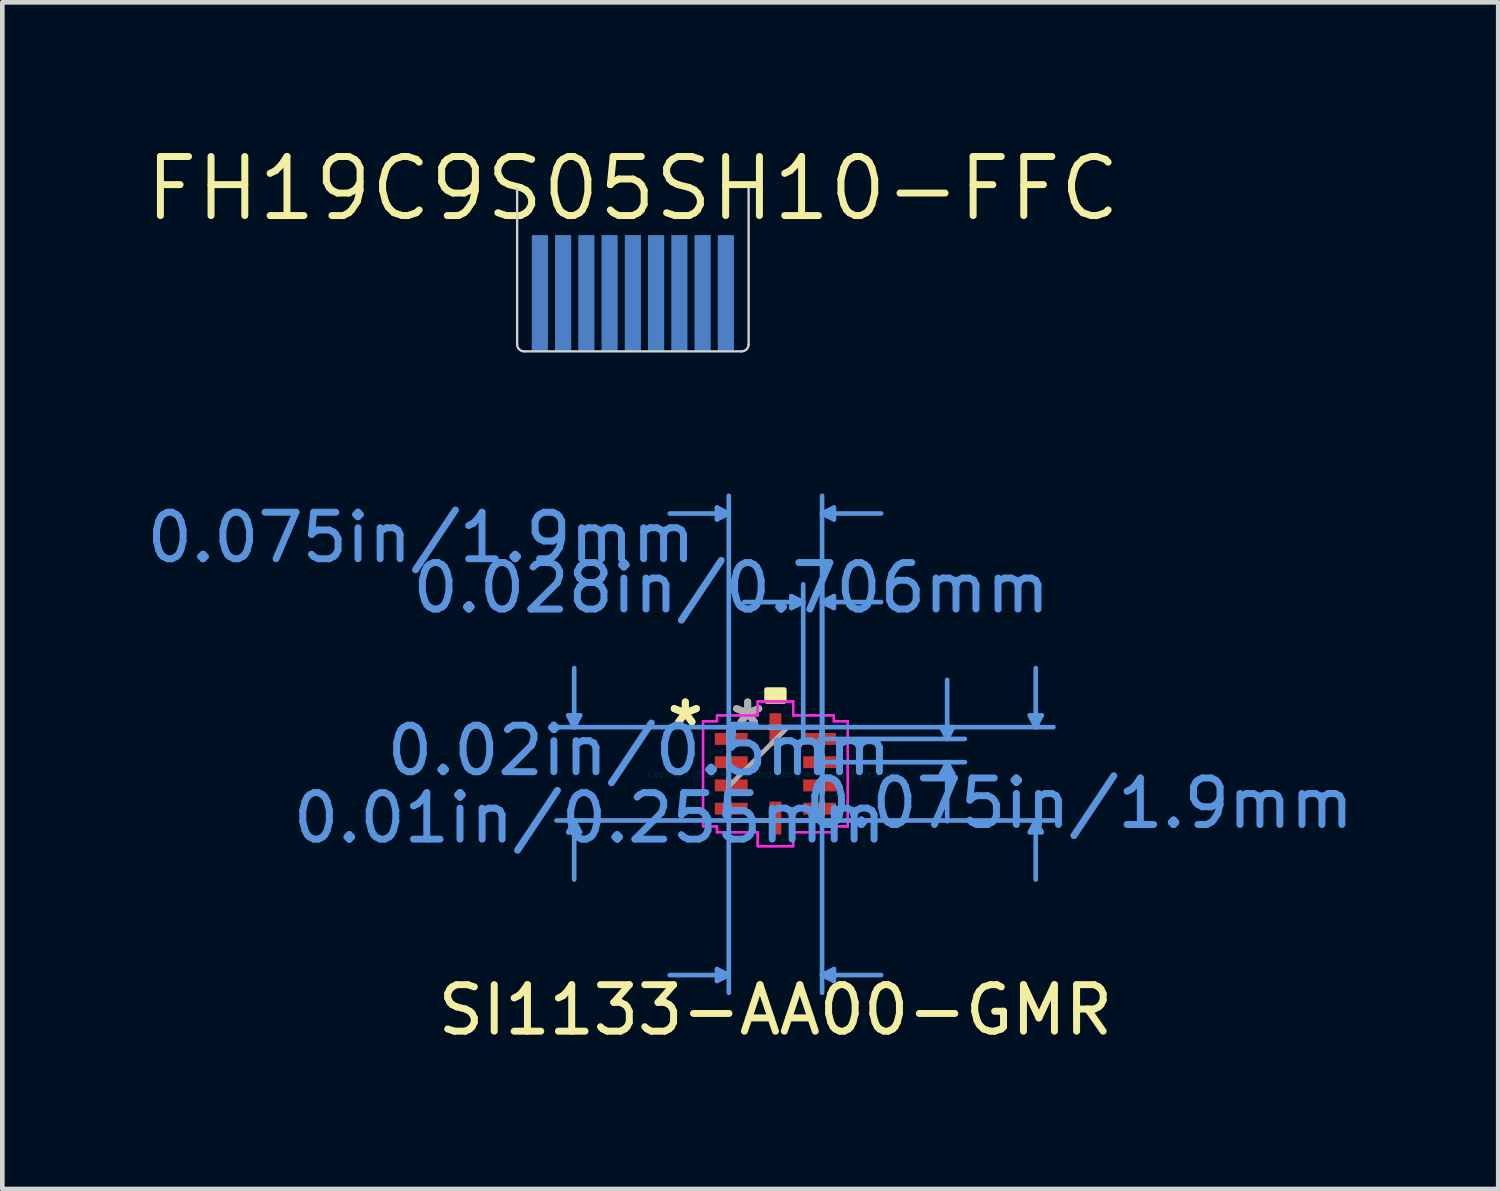
<source format=kicad_pcb>
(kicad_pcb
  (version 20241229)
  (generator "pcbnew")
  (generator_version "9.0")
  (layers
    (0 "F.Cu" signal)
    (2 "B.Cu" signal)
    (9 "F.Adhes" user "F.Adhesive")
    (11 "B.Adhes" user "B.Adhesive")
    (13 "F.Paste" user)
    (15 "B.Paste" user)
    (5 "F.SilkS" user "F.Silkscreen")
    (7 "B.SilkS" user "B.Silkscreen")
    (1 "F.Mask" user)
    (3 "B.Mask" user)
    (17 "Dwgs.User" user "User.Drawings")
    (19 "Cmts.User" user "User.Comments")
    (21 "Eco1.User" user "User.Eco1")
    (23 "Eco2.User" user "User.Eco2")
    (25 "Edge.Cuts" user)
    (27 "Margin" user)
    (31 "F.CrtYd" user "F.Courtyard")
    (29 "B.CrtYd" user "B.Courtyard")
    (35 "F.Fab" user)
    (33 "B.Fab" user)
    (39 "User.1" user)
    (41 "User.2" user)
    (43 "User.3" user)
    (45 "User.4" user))
  (footprint "SI1133-AA00-GMR"
    (layer "F.Cu")
    (at 13.626 13.591)
    (property "Reference" "SI1133-AA00-GMR" (at 0 5.08 0) (layer "F.SilkS") (effects (font (size 1 1) (thickness 0.15))))
    (attr through_hole)
    (fp_poly (pts (xy -0.191 -1.557) (xy -0.191 -1.811) (xy 0.191 -1.811) (xy 0.191 -1.557)) (stroke (width 0.1) (type solid)) (fill yes) (layer "F.SilkS"))
    (fp_line (start -4.455 -1.257) (end -4.201 -1.257) (stroke (width 0.1) (type solid)) (layer "Cmts.User"))
    (fp_line (start -4.455 1.257) (end -4.201 1.257) (stroke (width 0.1) (type solid)) (layer "Cmts.User"))
    (fp_line (start -4.328 -1.003) (end -4.455 -1.257) (stroke (width 0.1) (type solid)) (layer "Cmts.User"))
    (fp_line (start -4.328 -1.003) (end -4.328 -2.273) (stroke (width 0.1) (type solid)) (layer "Cmts.User"))
    (fp_line (start -4.328 -1.003) (end -4.201 -1.257) (stroke (width 0.1) (type solid)) (layer "Cmts.User"))
    (fp_line (start -4.328 1.003) (end -4.455 1.257) (stroke (width 0.1) (type solid)) (layer "Cmts.User"))
    (fp_line (start -4.328 1.003) (end -4.328 2.273) (stroke (width 0.1) (type solid)) (layer "Cmts.User"))
    (fp_line (start -4.328 1.003) (end -4.201 1.257) (stroke (width 0.1) (type solid)) (layer "Cmts.User"))
    (fp_line (start -1.257 -5.725) (end -1.257 -5.471) (stroke (width 0.1) (type solid)) (layer "Cmts.User"))
    (fp_line (start -1.257 4.201) (end -1.257 4.455) (stroke (width 0.1) (type solid)) (layer "Cmts.User"))
    (fp_line (start -1.003 -5.598) (end -2.273 -5.598) (stroke (width 0.1) (type solid)) (layer "Cmts.User"))
    (fp_line (start -1.003 -5.598) (end -1.257 -5.725) (stroke (width 0.1) (type solid)) (layer "Cmts.User"))
    (fp_line (start -1.003 -5.598) (end -1.257 -5.471) (stroke (width 0.1) (type solid)) (layer "Cmts.User"))
    (fp_line (start -1.003 -1.003) (end -1.003 4.709) (stroke (width 0.1) (type solid)) (layer "Cmts.User"))
    (fp_line (start -1.003 -0.75) (end -1.003 -5.979) (stroke (width 0.1) (type solid)) (layer "Cmts.User"))
    (fp_line (start -1.003 4.328) (end -2.273 4.328) (stroke (width 0.1) (type solid)) (layer "Cmts.User"))
    (fp_line (start -1.003 4.328) (end -1.257 4.201) (stroke (width 0.1) (type solid)) (layer "Cmts.User"))
    (fp_line (start -1.003 4.328) (end -1.257 4.455) (stroke (width 0.1) (type solid)) (layer "Cmts.User"))
    (fp_line (start 0 -1.003) (end 5.979 -1.003) (stroke (width 0.1) (type solid)) (layer "Cmts.User"))
    (fp_line (start 0 1.003) (end 5.979 1.003) (stroke (width 0.1) (type solid)) (layer "Cmts.User"))
    (fp_line (start 0.343 -3.82) (end 0.343 -3.566) (stroke (width 0.1) (type solid)) (layer "Cmts.User"))
    (fp_line (start 0.597 -3.693) (end -0.673 -3.693) (stroke (width 0.1) (type solid)) (layer "Cmts.User"))
    (fp_line (start 0.597 -3.693) (end 0.343 -3.82) (stroke (width 0.1) (type solid)) (layer "Cmts.User"))
    (fp_line (start 0.597 -3.693) (end 0.343 -3.566) (stroke (width 0.1) (type solid)) (layer "Cmts.User"))
    (fp_line (start 0.597 -0.75) (end 0.597 -4.074) (stroke (width 0.1) (type solid)) (layer "Cmts.User"))
    (fp_line (start 0.95 -0.75) (end 4.074 -0.75) (stroke (width 0.1) (type solid)) (layer "Cmts.User"))
    (fp_line (start 0.95 -0.25) (end 4.074 -0.25) (stroke (width 0.1) (type solid)) (layer "Cmts.User"))
    (fp_line (start 1.003 -5.598) (end 1.257 -5.725) (stroke (width 0.1) (type solid)) (layer "Cmts.User"))
    (fp_line (start 1.003 -5.598) (end 1.257 -5.471) (stroke (width 0.1) (type solid)) (layer "Cmts.User"))
    (fp_line (start 1.003 -5.598) (end 2.273 -5.598) (stroke (width 0.1) (type solid)) (layer "Cmts.User"))
    (fp_line (start 1.003 -3.693) (end 1.257 -3.82) (stroke (width 0.1) (type solid)) (layer "Cmts.User"))
    (fp_line (start 1.003 -3.693) (end 1.257 -3.566) (stroke (width 0.1) (type solid)) (layer "Cmts.User"))
    (fp_line (start 1.003 -3.693) (end 2.273 -3.693) (stroke (width 0.1) (type solid)) (layer "Cmts.User"))
    (fp_line (start 1.003 -1.003) (end -4.709 -1.003) (stroke (width 0.1) (type solid)) (layer "Cmts.User"))
    (fp_line (start 1.003 -1.003) (end 1.003 4.709) (stroke (width 0.1) (type solid)) (layer "Cmts.User"))
    (fp_line (start 1.003 -0.75) (end 1.003 -5.979) (stroke (width 0.1) (type solid)) (layer "Cmts.User"))
    (fp_line (start 1.003 -0.75) (end 1.003 -4.074) (stroke (width 0.1) (type solid)) (layer "Cmts.User"))
    (fp_line (start 1.003 1.003) (end -4.709 1.003) (stroke (width 0.1) (type solid)) (layer "Cmts.User"))
    (fp_line (start 1.003 4.328) (end 1.257 4.201) (stroke (width 0.1) (type solid)) (layer "Cmts.User"))
    (fp_line (start 1.003 4.328) (end 1.257 4.455) (stroke (width 0.1) (type solid)) (layer "Cmts.User"))
    (fp_line (start 1.003 4.328) (end 2.273 4.328) (stroke (width 0.1) (type solid)) (layer "Cmts.User"))
    (fp_line (start 1.257 -5.725) (end 1.257 -5.471) (stroke (width 0.1) (type solid)) (layer "Cmts.User"))
    (fp_line (start 1.257 -3.82) (end 1.257 -3.566) (stroke (width 0.1) (type solid)) (layer "Cmts.User"))
    (fp_line (start 1.257 4.201) (end 1.257 4.455) (stroke (width 0.1) (type solid)) (layer "Cmts.User"))
    (fp_line (start 3.566 -1.004) (end 3.82 -1.004) (stroke (width 0.1) (type solid)) (layer "Cmts.User"))
    (fp_line (start 3.566 0.004) (end 3.82 0.004) (stroke (width 0.1) (type solid)) (layer "Cmts.User"))
    (fp_line (start 3.693 -0.75) (end 3.566 -1.004) (stroke (width 0.1) (type solid)) (layer "Cmts.User"))
    (fp_line (start 3.693 -0.75) (end 3.693 -2.02) (stroke (width 0.1) (type solid)) (layer "Cmts.User"))
    (fp_line (start 3.693 -0.75) (end 3.82 -1.004) (stroke (width 0.1) (type solid)) (layer "Cmts.User"))
    (fp_line (start 3.693 -0.25) (end 3.566 0.004) (stroke (width 0.1) (type solid)) (layer "Cmts.User"))
    (fp_line (start 3.693 -0.25) (end 3.693 1.02) (stroke (width 0.1) (type solid)) (layer "Cmts.User"))
    (fp_line (start 3.693 -0.25) (end 3.82 0.004) (stroke (width 0.1) (type solid)) (layer "Cmts.User"))
    (fp_line (start 5.471 -1.257) (end 5.725 -1.257) (stroke (width 0.1) (type solid)) (layer "Cmts.User"))
    (fp_line (start 5.471 1.257) (end 5.725 1.257) (stroke (width 0.1) (type solid)) (layer "Cmts.User"))
    (fp_line (start 5.598 -1.003) (end 5.471 -1.257) (stroke (width 0.1) (type solid)) (layer "Cmts.User"))
    (fp_line (start 5.598 -1.003) (end 5.598 -2.273) (stroke (width 0.1) (type solid)) (layer "Cmts.User"))
    (fp_line (start 5.598 -1.003) (end 5.725 -1.257) (stroke (width 0.1) (type solid)) (layer "Cmts.User"))
    (fp_line (start 5.598 1.003) (end 5.471 1.257) (stroke (width 0.1) (type solid)) (layer "Cmts.User"))
    (fp_line (start 5.598 1.003) (end 5.598 2.273) (stroke (width 0.1) (type solid)) (layer "Cmts.User"))
    (fp_line (start 5.598 1.003) (end 5.725 1.257) (stroke (width 0.1) (type solid)) (layer "Cmts.User"))
    (fp_line (start -1.557 -1.131) (end -1.257 -1.131) (stroke (width 0.05) (type solid)) (layer "F.CrtYd"))
    (fp_line (start -1.557 -1.131) (end -1.257 -1.131) (stroke (width 0.05) (type solid)) (layer "F.CrtYd"))
    (fp_line (start -1.557 1.131) (end -1.557 -1.131) (stroke (width 0.05) (type solid)) (layer "F.CrtYd"))
    (fp_line (start -1.557 1.131) (end -1.557 -1.131) (stroke (width 0.05) (type solid)) (layer "F.CrtYd"))
    (fp_line (start -1.257 -1.257) (end -0.381 -1.257) (stroke (width 0.05) (type solid)) (layer "F.CrtYd"))
    (fp_line (start -1.257 -1.257) (end -0.381 -1.257) (stroke (width 0.05) (type solid)) (layer "F.CrtYd"))
    (fp_line (start -1.257 -1.131) (end -1.257 -1.257) (stroke (width 0.05) (type solid)) (layer "F.CrtYd"))
    (fp_line (start -1.257 -1.131) (end -1.257 -1.257) (stroke (width 0.05) (type solid)) (layer "F.CrtYd"))
    (fp_line (start -1.257 1.131) (end -1.557 1.131) (stroke (width 0.05) (type solid)) (layer "F.CrtYd"))
    (fp_line (start -1.257 1.131) (end -1.557 1.131) (stroke (width 0.05) (type solid)) (layer "F.CrtYd"))
    (fp_line (start -1.257 1.257) (end -1.257 1.131) (stroke (width 0.05) (type solid)) (layer "F.CrtYd"))
    (fp_line (start -1.257 1.257) (end -1.257 1.131) (stroke (width 0.05) (type solid)) (layer "F.CrtYd"))
    (fp_line (start -0.381 -1.557) (end 0.381 -1.557) (stroke (width 0.05) (type solid)) (layer "F.CrtYd"))
    (fp_line (start -0.381 -1.557) (end 0.381 -1.557) (stroke (width 0.05) (type solid)) (layer "F.CrtYd"))
    (fp_line (start -0.381 -1.257) (end -0.381 -1.557) (stroke (width 0.05) (type solid)) (layer "F.CrtYd"))
    (fp_line (start -0.381 -1.257) (end -0.381 -1.557) (stroke (width 0.05) (type solid)) (layer "F.CrtYd"))
    (fp_line (start -0.381 1.257) (end -1.257 1.257) (stroke (width 0.05) (type solid)) (layer "F.CrtYd"))
    (fp_line (start -0.381 1.257) (end -1.257 1.257) (stroke (width 0.05) (type solid)) (layer "F.CrtYd"))
    (fp_line (start -0.381 1.557) (end -0.381 1.257) (stroke (width 0.05) (type solid)) (layer "F.CrtYd"))
    (fp_line (start -0.381 1.557) (end -0.381 1.257) (stroke (width 0.05) (type solid)) (layer "F.CrtYd"))
    (fp_line (start 0.381 -1.557) (end 0.381 -1.257) (stroke (width 0.05) (type solid)) (layer "F.CrtYd"))
    (fp_line (start 0.381 -1.557) (end 0.381 -1.257) (stroke (width 0.05) (type solid)) (layer "F.CrtYd"))
    (fp_line (start 0.381 -1.257) (end 1.257 -1.257) (stroke (width 0.05) (type solid)) (layer "F.CrtYd"))
    (fp_line (start 0.381 -1.257) (end 1.257 -1.257) (stroke (width 0.05) (type solid)) (layer "F.CrtYd"))
    (fp_line (start 0.381 1.257) (end 0.381 1.557) (stroke (width 0.05) (type solid)) (layer "F.CrtYd"))
    (fp_line (start 0.381 1.257) (end 0.381 1.557) (stroke (width 0.05) (type solid)) (layer "F.CrtYd"))
    (fp_line (start 0.381 1.557) (end -0.381 1.557) (stroke (width 0.05) (type solid)) (layer "F.CrtYd"))
    (fp_line (start 0.381 1.557) (end -0.381 1.557) (stroke (width 0.05) (type solid)) (layer "F.CrtYd"))
    (fp_line (start 1.257 -1.257) (end 1.257 -1.131) (stroke (width 0.05) (type solid)) (layer "F.CrtYd"))
    (fp_line (start 1.257 -1.257) (end 1.257 -1.131) (stroke (width 0.05) (type solid)) (layer "F.CrtYd"))
    (fp_line (start 1.257 -1.131) (end 1.557 -1.131) (stroke (width 0.05) (type solid)) (layer "F.CrtYd"))
    (fp_line (start 1.257 -1.131) (end 1.557 -1.131) (stroke (width 0.05) (type solid)) (layer "F.CrtYd"))
    (fp_line (start 1.257 1.131) (end 1.257 1.257) (stroke (width 0.05) (type solid)) (layer "F.CrtYd"))
    (fp_line (start 1.257 1.131) (end 1.257 1.257) (stroke (width 0.05) (type solid)) (layer "F.CrtYd"))
    (fp_line (start 1.257 1.257) (end 0.381 1.257) (stroke (width 0.05) (type solid)) (layer "F.CrtYd"))
    (fp_line (start 1.257 1.257) (end 0.381 1.257) (stroke (width 0.05) (type solid)) (layer "F.CrtYd"))
    (fp_line (start 1.557 -1.131) (end 1.557 1.131) (stroke (width 0.05) (type solid)) (layer "F.CrtYd"))
    (fp_line (start 1.557 -1.131) (end 1.557 1.131) (stroke (width 0.05) (type solid)) (layer "F.CrtYd"))
    (fp_line (start 1.557 1.131) (end 1.257 1.131) (stroke (width 0.05) (type solid)) (layer "F.CrtYd"))
    (fp_line (start 1.557 1.131) (end 1.257 1.131) (stroke (width 0.05) (type solid)) (layer "F.CrtYd"))
    (fp_line (start -1.003 -1.003) (end -1.003 -1.003) (stroke (width 0.1) (type solid)) (layer "F.Fab"))
    (fp_line (start -1.003 -1.003) (end -1.003 1.003) (stroke (width 0.1) (type solid)) (layer "F.Fab"))
    (fp_line (start -1.003 -0.902) (end -1.003 -0.902) (stroke (width 0.1) (type solid)) (layer "F.Fab"))
    (fp_line (start -1.003 -0.902) (end -1.003 -0.598) (stroke (width 0.1) (type solid)) (layer "F.Fab"))
    (fp_line (start -1.003 -0.598) (end -1.003 -0.902) (stroke (width 0.1) (type solid)) (layer "F.Fab"))
    (fp_line (start -1.003 -0.598) (end -1.003 -0.598) (stroke (width 0.1) (type solid)) (layer "F.Fab"))
    (fp_line (start -1.003 -0.402) (end -1.003 -0.402) (stroke (width 0.1) (type solid)) (layer "F.Fab"))
    (fp_line (start -1.003 -0.402) (end -1.003 -0.098) (stroke (width 0.1) (type solid)) (layer "F.Fab"))
    (fp_line (start -1.003 -0.098) (end -1.003 -0.402) (stroke (width 0.1) (type solid)) (layer "F.Fab"))
    (fp_line (start -1.003 -0.098) (end -1.003 -0.098) (stroke (width 0.1) (type solid)) (layer "F.Fab"))
    (fp_line (start -1.003 0.098) (end -1.003 0.098) (stroke (width 0.1) (type solid)) (layer "F.Fab"))
    (fp_line (start -1.003 0.098) (end -1.003 0.402) (stroke (width 0.1) (type solid)) (layer "F.Fab"))
    (fp_line (start -1.003 0.267) (end 0.267 -1.003) (stroke (width 0.1) (type solid)) (layer "F.Fab"))
    (fp_line (start -1.003 0.402) (end -1.003 0.098) (stroke (width 0.1) (type solid)) (layer "F.Fab"))
    (fp_line (start -1.003 0.402) (end -1.003 0.402) (stroke (width 0.1) (type solid)) (layer "F.Fab"))
    (fp_line (start -1.003 0.598) (end -1.003 0.598) (stroke (width 0.1) (type solid)) (layer "F.Fab"))
    (fp_line (start -1.003 0.598) (end -1.003 0.902) (stroke (width 0.1) (type solid)) (layer "F.Fab"))
    (fp_line (start -1.003 0.902) (end -1.003 0.598) (stroke (width 0.1) (type solid)) (layer "F.Fab"))
    (fp_line (start -1.003 0.902) (end -1.003 0.902) (stroke (width 0.1) (type solid)) (layer "F.Fab"))
    (fp_line (start -1.003 1.003) (end -1.003 1.003) (stroke (width 0.1) (type solid)) (layer "F.Fab"))
    (fp_line (start -1.003 1.003) (end 1.003 1.003) (stroke (width 0.1) (type solid)) (layer "F.Fab"))
    (fp_line (start -0.152 -1.003) (end -0.152 -1.003) (stroke (width 0.1) (type solid)) (layer "F.Fab"))
    (fp_line (start -0.152 -1.003) (end 0.152 -1.003) (stroke (width 0.1) (type solid)) (layer "F.Fab"))
    (fp_line (start -0.152 1.003) (end -0.152 1.003) (stroke (width 0.1) (type solid)) (layer "F.Fab"))
    (fp_line (start -0.152 1.003) (end 0.152 1.003) (stroke (width 0.1) (type solid)) (layer "F.Fab"))
    (fp_line (start 0.152 -1.003) (end -0.152 -1.003) (stroke (width 0.1) (type solid)) (layer "F.Fab"))
    (fp_line (start 0.152 -1.003) (end 0.152 -1.003) (stroke (width 0.1) (type solid)) (layer "F.Fab"))
    (fp_line (start 0.152 1.003) (end -0.152 1.003) (stroke (width 0.1) (type solid)) (layer "F.Fab"))
    (fp_line (start 0.152 1.003) (end 0.152 1.003) (stroke (width 0.1) (type solid)) (layer "F.Fab"))
    (fp_line (start 1.003 -1.003) (end -1.003 -1.003) (stroke (width 0.1) (type solid)) (layer "F.Fab"))
    (fp_line (start 1.003 -1.003) (end 1.003 -1.003) (stroke (width 0.1) (type solid)) (layer "F.Fab"))
    (fp_line (start 1.003 -0.902) (end 1.003 -0.902) (stroke (width 0.1) (type solid)) (layer "F.Fab"))
    (fp_line (start 1.003 -0.902) (end 1.003 -0.598) (stroke (width 0.1) (type solid)) (layer "F.Fab"))
    (fp_line (start 1.003 -0.598) (end 1.003 -0.902) (stroke (width 0.1) (type solid)) (layer "F.Fab"))
    (fp_line (start 1.003 -0.598) (end 1.003 -0.598) (stroke (width 0.1) (type solid)) (layer "F.Fab"))
    (fp_line (start 1.003 -0.402) (end 1.003 -0.402) (stroke (width 0.1) (type solid)) (layer "F.Fab"))
    (fp_line (start 1.003 -0.402) (end 1.003 -0.098) (stroke (width 0.1) (type solid)) (layer "F.Fab"))
    (fp_line (start 1.003 -0.098) (end 1.003 -0.402) (stroke (width 0.1) (type solid)) (layer "F.Fab"))
    (fp_line (start 1.003 -0.098) (end 1.003 -0.098) (stroke (width 0.1) (type solid)) (layer "F.Fab"))
    (fp_line (start 1.003 0.098) (end 1.003 0.098) (stroke (width 0.1) (type solid)) (layer "F.Fab"))
    (fp_line (start 1.003 0.098) (end 1.003 0.402) (stroke (width 0.1) (type solid)) (layer "F.Fab"))
    (fp_line (start 1.003 0.402) (end 1.003 0.098) (stroke (width 0.1) (type solid)) (layer "F.Fab"))
    (fp_line (start 1.003 0.402) (end 1.003 0.402) (stroke (width 0.1) (type solid)) (layer "F.Fab"))
    (fp_line (start 1.003 0.598) (end 1.003 0.598) (stroke (width 0.1) (type solid)) (layer "F.Fab"))
    (fp_line (start 1.003 0.598) (end 1.003 0.902) (stroke (width 0.1) (type solid)) (layer "F.Fab"))
    (fp_line (start 1.003 0.902) (end 1.003 0.598) (stroke (width 0.1) (type solid)) (layer "F.Fab"))
    (fp_line (start 1.003 0.902) (end 1.003 0.902) (stroke (width 0.1) (type solid)) (layer "F.Fab"))
    (fp_line (start 1.003 1.003) (end 1.003 -1.003) (stroke (width 0.1) (type solid)) (layer "F.Fab"))
    (fp_line (start 1.003 1.003) (end 1.003 1.003) (stroke (width 0.1) (type solid)) (layer "F.Fab"))
    (fp_text user "*" (at -1.938 -1 0) (layer "F.SilkS") (effects (font (size 1 1) (thickness 0.15))))
    (fp_text user "*" (at -1.938 -1 0) (layer "F.SilkS") (effects (font (size 1 1) (thickness 0.15))))
    (fp_text user "0.028in/0.706mm" (at -0.95 -3.998 0) (layer "Cmts.User") (effects (font (size 1 1) (thickness 0.15))))
    (fp_text user "Copyright 2021 Accelerated Designs. All rights reserved." (at 0 0 0) (layer "Cmts.User") (effects (font (size 0.127 0.127) (thickness 0.002))))
    (fp_text user "0.075in/1.9mm" (at 6.538 0.635 0) (layer "Cmts.User") (effects (font (size 1 1) (thickness 0.15))))
    (fp_text user "0.02in/0.5mm" (at -2.931 -0.5 0) (layer "Cmts.User") (effects (font (size 1 1) (thickness 0.15))))
    (fp_text user "0.075in/1.9mm" (at -7.62 -5.08 0) (layer "Cmts.User") (effects (font (size 1 1) (thickness 0.15))))
    (fp_text user "0.01in/0.255mm" (at -3.998 0.95 0) (layer "Cmts.User") (effects (font (size 1 1) (thickness 0.15))))
    (fp_text user "*" (at -0.597 -1 0) (layer "F.Fab") (effects (font (size 1 1) (thickness 0.15))))
    (fp_text user "*" (at -0.597 -1 0) (layer "F.Fab") (effects (font (size 1 1) (thickness 0.15))))
    (pad "1" smd rect (at -0.95 -0.75 90) (size 0.255 0.706) (layers "F.Cu" "F.Mask" "F.Paste"))
    (pad "2" smd rect (at -0.95 -0.25 90) (size 0.255 0.706) (layers "F.Cu" "F.Mask" "F.Paste"))
    (pad "3" smd rect (at -0.95 0.25 90) (size 0.255 0.706) (layers "F.Cu" "F.Mask" "F.Paste"))
    (pad "4" smd rect (at -0.95 0.75 90) (size 0.255 0.706) (layers "F.Cu" "F.Mask" "F.Paste"))
    (pad "5" smd rect (at 0 0.95) (size 0.255 0.706) (layers "F.Cu" "F.Mask" "F.Paste"))
    (pad "6" smd rect (at 0.95 0.75 90) (size 0.255 0.706) (layers "F.Cu" "F.Mask" "F.Paste"))
    (pad "7" smd rect (at 0.95 0.25 90) (size 0.255 0.706) (layers "F.Cu" "F.Mask" "F.Paste"))
    (pad "8" smd rect (at 0.95 -0.25 90) (size 0.255 0.706) (layers "F.Cu" "F.Mask" "F.Paste"))
    (pad "9" smd rect (at 0.95 -0.75 90) (size 0.255 0.706) (layers "F.Cu" "F.Mask" "F.Paste"))
    (pad "10" smd rect (at 0 -0.95) (size 0.255 0.706) (layers "F.Cu" "F.Mask" "F.Paste")))
  (footprint "FH19C9S05SH10-FFC"
    (layer "F.Cu")
    (at 10.56 1.006)
    (property "Reference" "FH19C9S05SH10-FFC" (at 0 0 0) (layer "F.SilkS") (effects (font (size 1.27 1.27) (thickness 0.15))))
    (fp_poly (pts (xy 2.565 3.556) (xy -2.565 3.556) (xy -2.566 0.898) (xy 2.564 0.898)) (stroke (width 0) (type solid)) (fill yes) (layer "B.Mask"))
    (fp_line (start -2.489 0) (end -2.489 3.35) (stroke (width 0.05) (type solid)) (layer "Edge.Cuts"))
    (fp_line (start -2.339 3.5) (end 2.339 3.5) (stroke (width 0.05) (type solid)) (layer "Edge.Cuts"))
    (fp_line (start 2.489 0) (end 2.489 3.35) (stroke (width 0.05) (type solid)) (layer "Edge.Cuts"))
    (fp_arc (start -2.3392 3.5) (mid -2.445266 3.456066) (end -2.4892 3.35) (stroke (width 0.05) (type solid)) (layer "Edge.Cuts"))
    (fp_arc (start 2.4892 3.35) (mid 2.445266 3.456066) (end 2.3392 3.5) (stroke (width 0.05) (type solid)) (layer "Edge.Cuts"))
    (pad "1" smd rect (at 2 2.25 90) (size 2.5 0.347) (layers "B.Cu" "B.Mask" "B.Paste"))
    (pad "2" smd rect (at 1.5 2.25 90) (size 2.5 0.347) (layers "B.Cu" "B.Mask" "B.Paste"))
    (pad "3" smd rect (at 1 2.25 90) (size 2.5 0.347) (layers "B.Cu" "B.Mask" "B.Paste"))
    (pad "4" smd rect (at 0.5 2.25 90) (size 2.5 0.347) (layers "B.Cu" "B.Mask" "B.Paste"))
    (pad "5" smd rect (at 0 2.25 90) (size 2.5 0.347) (layers "B.Cu" "B.Mask" "B.Paste"))
    (pad "6" smd rect (at -0.5 2.25 90) (size 2.5 0.347) (layers "B.Cu" "B.Mask" "B.Paste"))
    (pad "7" smd rect (at -1 2.25 90) (size 2.5 0.347) (layers "B.Cu" "B.Mask" "B.Paste"))
    (pad "8" smd rect (at -1.5 2.25 90) (size 2.5 0.347) (layers "B.Cu" "B.Mask" "B.Paste"))
    (pad "9" smd rect (at -2 2.25 90) (size 2.5 0.347) (layers "B.Cu" "B.Mask" "B.Paste")))
  (gr_rect
    (start -3 -3)
    (end 29.17 22.52)
    (stroke (width 0.1) (type default))
    (fill no)
    (layer "Edge.Cuts")))
</source>
